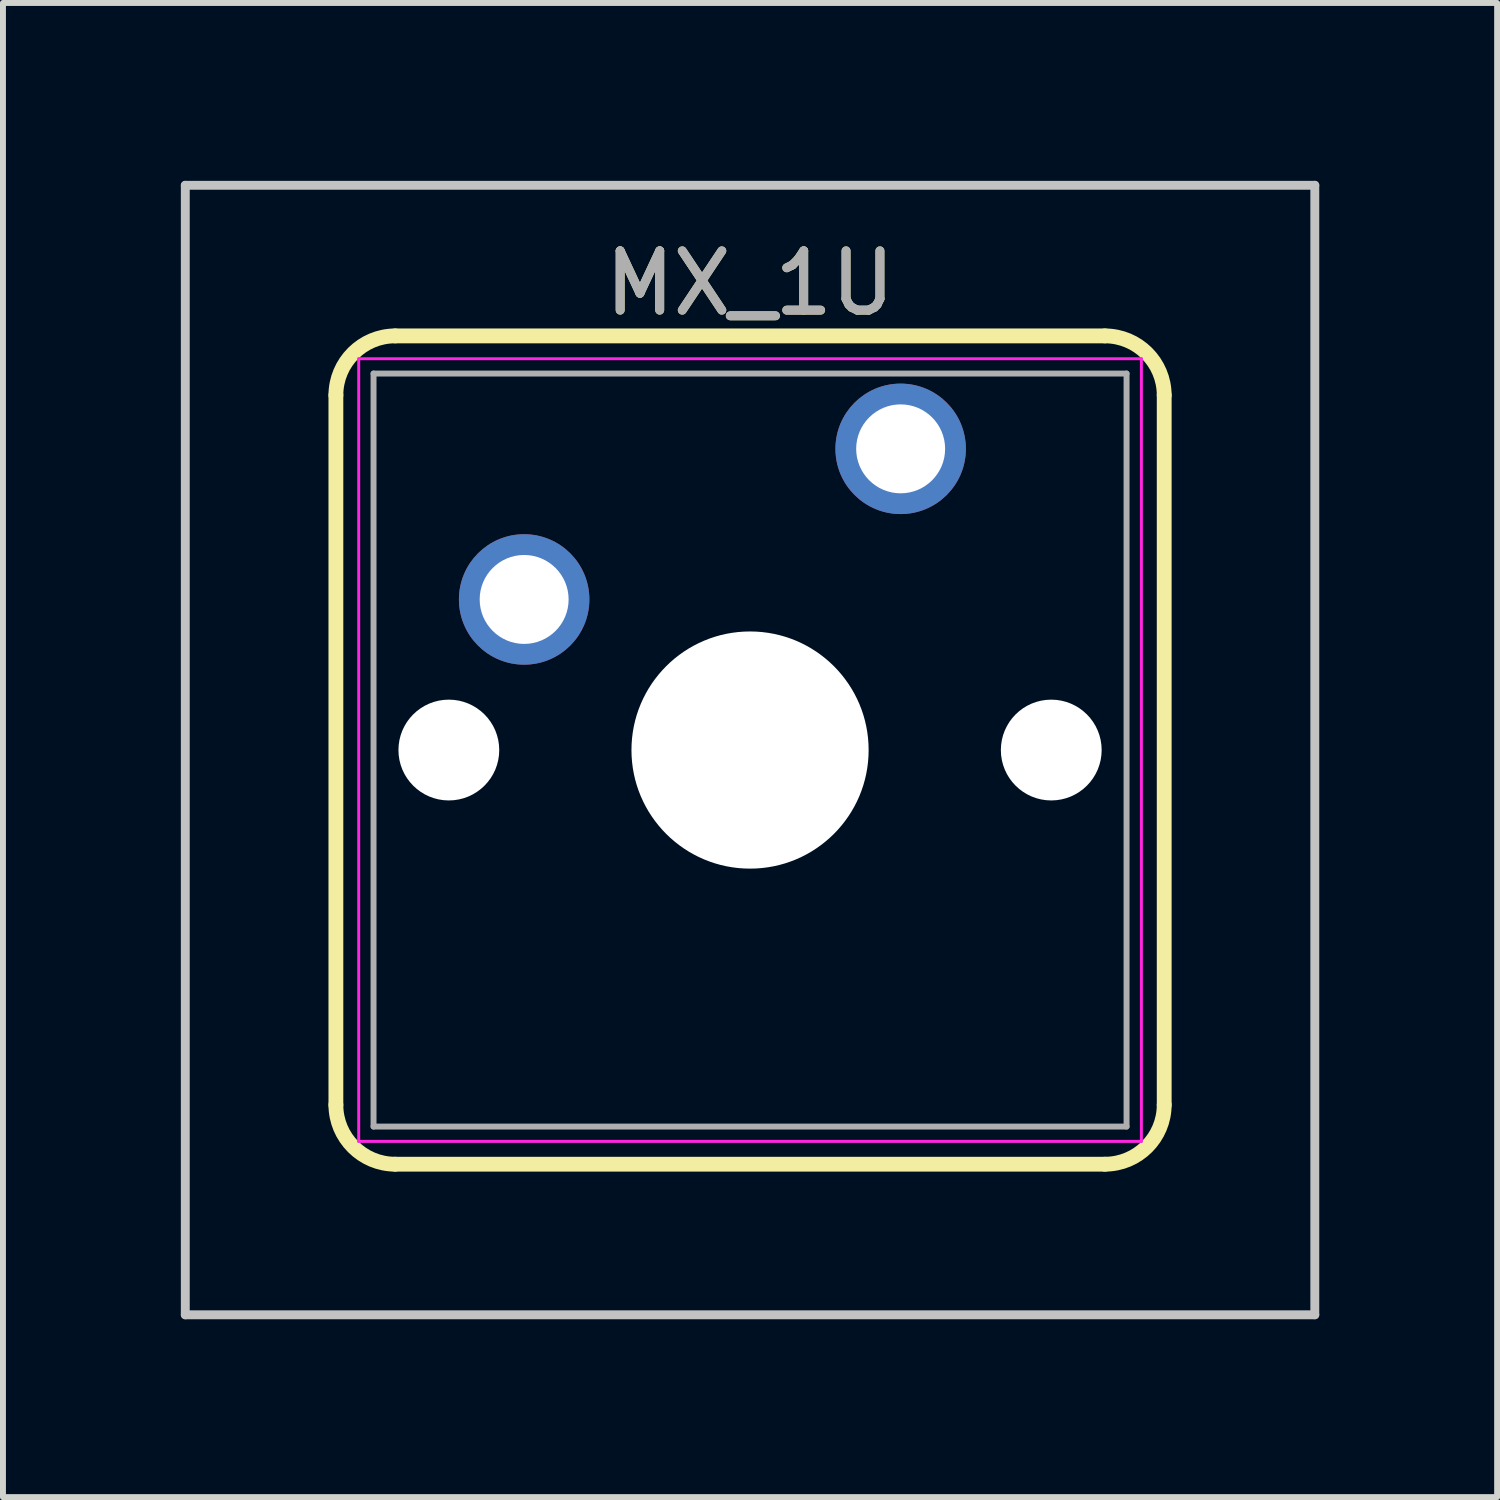
<source format=kicad_pcb>
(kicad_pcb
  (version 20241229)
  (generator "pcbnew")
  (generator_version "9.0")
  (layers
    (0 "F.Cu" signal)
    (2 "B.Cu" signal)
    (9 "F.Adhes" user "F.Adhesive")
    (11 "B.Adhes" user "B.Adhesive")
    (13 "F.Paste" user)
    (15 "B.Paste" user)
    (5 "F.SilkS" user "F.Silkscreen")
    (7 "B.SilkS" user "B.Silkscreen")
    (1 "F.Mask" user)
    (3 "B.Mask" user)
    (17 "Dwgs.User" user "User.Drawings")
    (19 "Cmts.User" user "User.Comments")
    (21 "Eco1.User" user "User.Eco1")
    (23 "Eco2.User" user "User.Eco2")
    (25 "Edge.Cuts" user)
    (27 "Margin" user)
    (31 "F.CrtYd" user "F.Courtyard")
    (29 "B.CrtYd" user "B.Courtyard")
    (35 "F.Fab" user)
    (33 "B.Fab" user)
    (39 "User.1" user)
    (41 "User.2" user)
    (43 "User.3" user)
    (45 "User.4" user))
  (footprint "MX_1U"
    (layer "F.Cu")
    (at 12.14 4.52)
    (property "Reference" "MX_1U" (at -2.54 -2.794 0) (layer "F.SilkS") (effects (font (size 1 1) (thickness 0.15))))
    (attr through_hole)
    (fp_line (start -9.525 11.065) (end -9.525 -0.905) (stroke (width 0.25) (type default)) (layer "F.SilkS"))
    (fp_line (start -8.525 -1.905) (end 3.445 -1.905) (stroke (width 0.25) (type default)) (layer "F.SilkS"))
    (fp_line (start 3.445 12.065) (end -8.525 12.065) (stroke (width 0.25) (type default)) (layer "F.SilkS"))
    (fp_line (start 4.445 -0.905) (end 4.445 11.065) (stroke (width 0.25) (type default)) (layer "F.SilkS"))
    (fp_arc (start -9.525 -0.905) (mid -9.232107 -1.612107) (end -8.525 -1.905) (stroke (width 0.25) (type default)) (layer "F.SilkS"))
    (fp_arc (start -8.525 12.065) (mid -9.232107 11.772107) (end -9.525 11.065) (stroke (width 0.25) (type default)) (layer "F.SilkS"))
    (fp_arc (start 3.445 -1.905) (mid 4.152107 -1.612107) (end 4.445 -0.905) (stroke (width 0.25) (type default)) (layer "F.SilkS"))
    (fp_arc (start 4.445 11.065) (mid 4.152107 11.772107) (end 3.445 12.065) (stroke (width 0.25) (type default)) (layer "F.SilkS"))
    (fp_line (start -12.065 -4.445) (end 6.985 -4.445) (stroke (width 0.15) (type solid)) (layer "Dwgs.User"))
    (fp_line (start -12.065 14.605) (end -12.065 -4.445) (stroke (width 0.15) (type solid)) (layer "Dwgs.User"))
    (fp_line (start 6.985 -4.445) (end 6.985 14.605) (stroke (width 0.15) (type solid)) (layer "Dwgs.User"))
    (fp_line (start 6.985 14.605) (end -12.065 14.605) (stroke (width 0.15) (type solid)) (layer "Dwgs.User"))
    (fp_line (start -9.14 -1.52) (end 4.06 -1.52) (stroke (width 0.05) (type solid)) (layer "F.CrtYd"))
    (fp_line (start -9.14 11.68) (end -9.14 -1.52) (stroke (width 0.05) (type solid)) (layer "F.CrtYd"))
    (fp_line (start 4.06 -1.52) (end 4.06 11.68) (stroke (width 0.05) (type solid)) (layer "F.CrtYd"))
    (fp_line (start 4.06 11.68) (end -9.14 11.68) (stroke (width 0.05) (type solid)) (layer "F.CrtYd"))
    (fp_line (start -8.89 -1.27) (end 3.81 -1.27) (stroke (width 0.1) (type solid)) (layer "F.Fab"))
    (fp_line (start -8.89 11.43) (end -8.89 -1.27) (stroke (width 0.1) (type solid)) (layer "F.Fab"))
    (fp_line (start 3.81 -1.27) (end 3.81 11.43) (stroke (width 0.1) (type solid)) (layer "F.Fab"))
    (fp_line (start 3.81 11.43) (end -8.89 11.43) (stroke (width 0.1) (type solid)) (layer "F.Fab"))
    (fp_text user "${REFERENCE}" (at -2.54 -2.794 0) (layer "F.Fab") (effects (font (size 1 1) (thickness 0.15))))
    (pad "" np_thru_hole circle (at -7.62 5.08) (size 1.7 1.7) (drill 1.7) (layers "*.Cu" "*.Mask"))
    (pad "" np_thru_hole circle (at -2.54 5.08) (size 4 4) (drill 4) (layers "*.Cu" "*.Mask"))
    (pad "" np_thru_hole circle (at 2.54 5.08) (size 1.7 1.7) (drill 1.7) (layers "*.Cu" "*.Mask"))
    (pad "1" thru_hole circle (at 0 0) (size 2.2 2.2) (drill 1.5) (layers "*.Cu" "*.Mask"))
    (pad "2" thru_hole circle (at -6.35 2.54) (size 2.2 2.2) (drill 1.5) (layers "*.Cu" "*.Mask")))
  (gr_rect
    (start -3 -3)
    (end 22.2 22.2)
    (stroke (width 0.1) (type default))
    (fill no)
    (layer "Edge.Cuts")))
</source>
